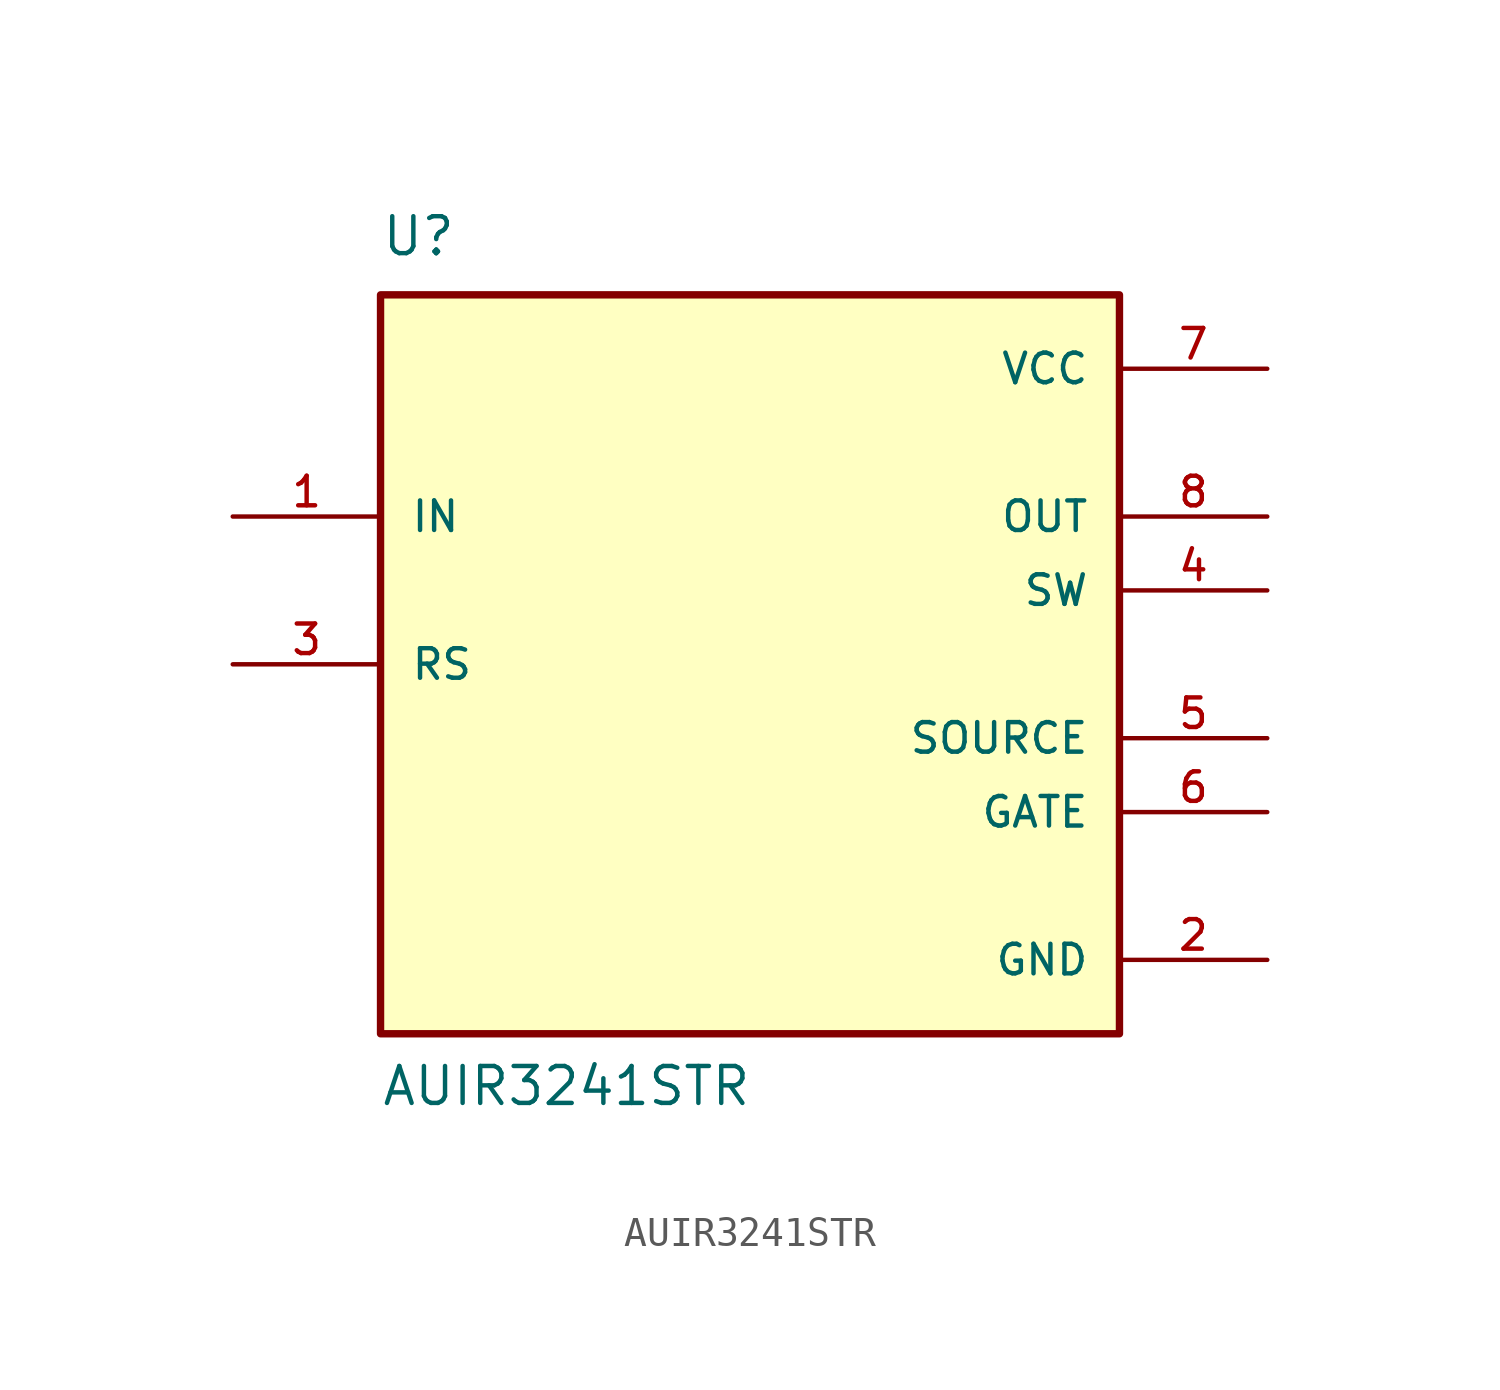
<source format=kicad_sym>
(kicad_symbol_lib
  (version 20211014)
  (generator kicad_symbol_editor)
  (symbol "AUIR3241STR"
    (pin_names
      (offset 1.016))
    (property "Reference" "U"
      (at -12.7 13.97 0)
      (effects (font (size 1.27 1.27)) (justify bottom left)))
    (property "Value" "AUIR3241STR"
      (at -12.7 -15.24 0)
      (effects (font (size 1.27 1.27)) (justify bottom left)))
    (symbol "AUIR3241STR_0_0"
      (rectangle (start -12.7 -12.7) (end 12.7 12.7) (stroke (width 0.254)) (fill (type background)))
      (pin input line (at -17.78 5.08 0) (length 5.08) (name "IN" (effects (font (size 1.016 1.016)))) (number "1" (effects (font (size 1.016 1.016)))))
      (pin power_in line (at 17.78 -10.16 180.0) (length 5.08) (name "GND" (effects (font (size 1.016 1.016)))) (number "2" (effects (font (size 1.016 1.016)))))
      (pin input line (at -17.78 0.0 0) (length 5.08) (name "RS" (effects (font (size 1.016 1.016)))) (number "3" (effects (font (size 1.016 1.016)))))
      (pin output line (at 17.78 5.08 180.0) (length 5.08) (name "OUT" (effects (font (size 1.016 1.016)))) (number "8" (effects (font (size 1.016 1.016)))))
      (pin power_in line (at 17.78 10.16 180.0) (length 5.08) (name "VCC" (effects (font (size 1.016 1.016)))) (number "7" (effects (font (size 1.016 1.016)))))
      (pin output line (at 17.78 2.54 180.0) (length 5.08) (name "SW" (effects (font (size 1.016 1.016)))) (number "4" (effects (font (size 1.016 1.016)))))
      (pin passive line (at 17.78 -2.54 180.0) (length 5.08) (name "SOURCE" (effects (font (size 1.016 1.016)))) (number "5" (effects (font (size 1.016 1.016)))))
      (pin passive line (at 17.78 -5.08 180.0) (length 5.08) (name "GATE" (effects (font (size 1.016 1.016)))) (number "6" (effects (font (size 1.016 1.016))))))))
</source>
